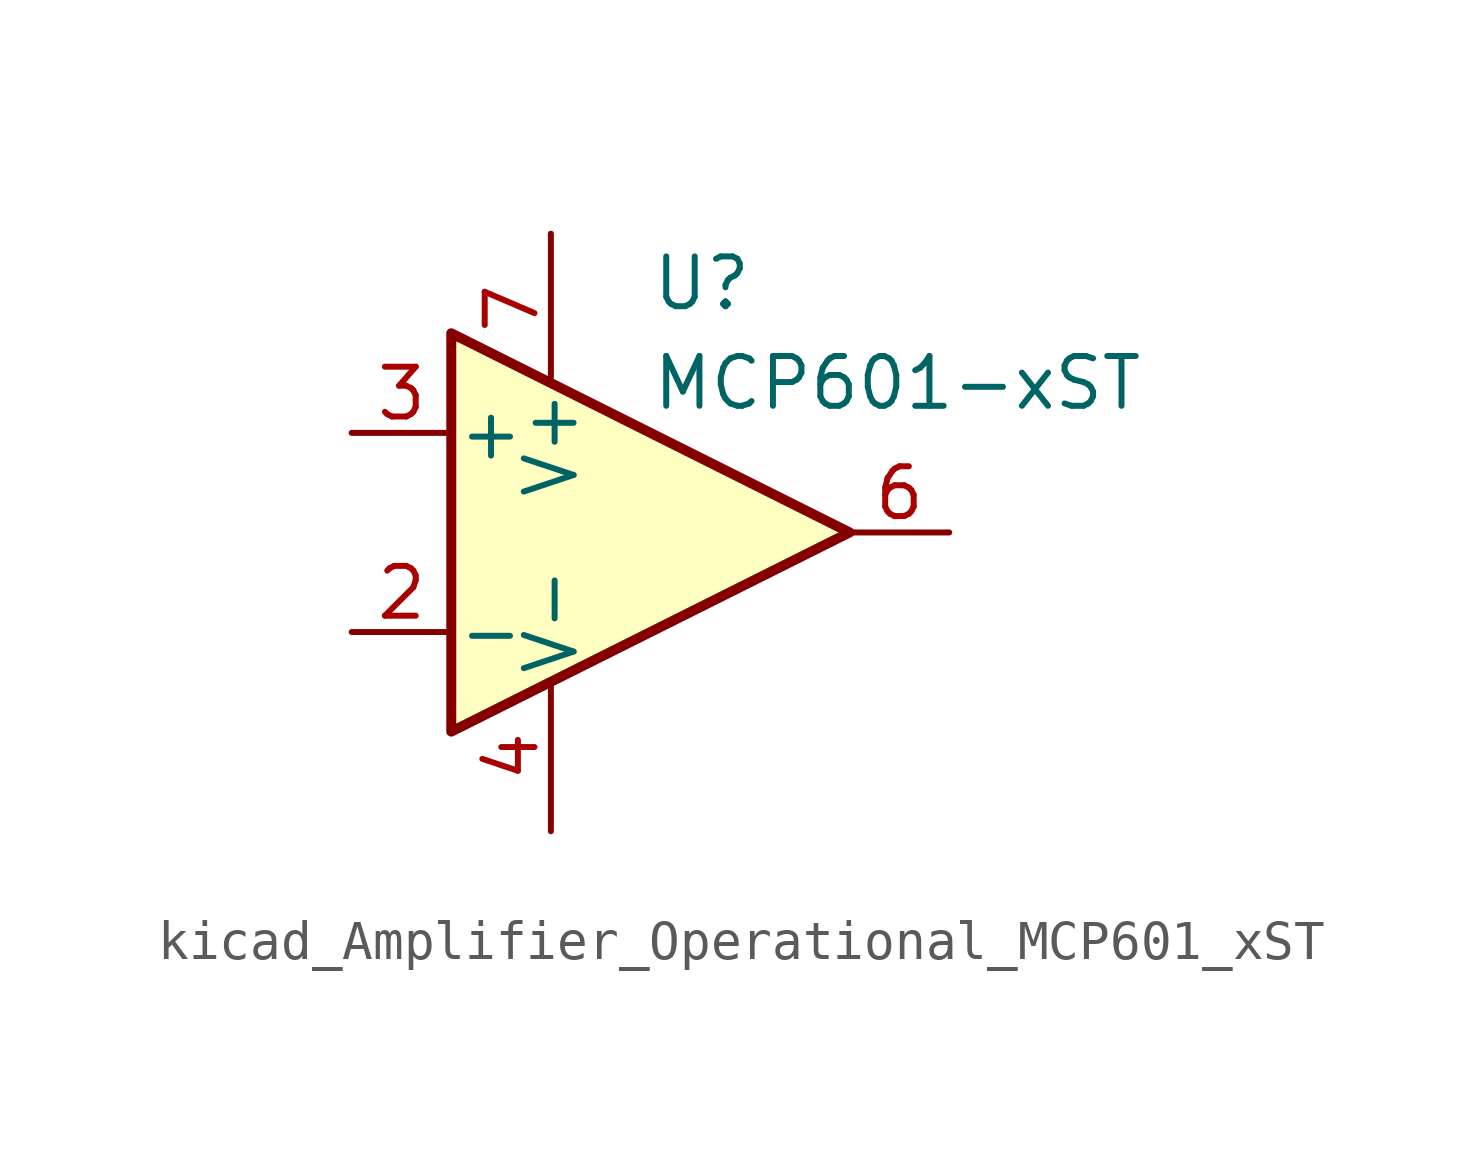
<source format=kicad_sym>
(kicad_symbol_lib
  (version 20220914)
  (generator kicad_symbol_editor)
  (symbol "kicad_Amplifier_Operational_MCP601_xST"
    (pin_names
      (offset 0.127))
    (property "Reference" "U"
      (at 0 6.35 0)
      (effects (font (size 1.27 1.27)) (justify left)))
    (property "Value" "MCP601-xST"
      (at 0 3.81 0)
      (effects (font (size 1.27 1.27)) (justify left)))
    (symbol "kicad_Amplifier_Operational_MCP601_xST_0_1"
      (polyline (pts (xy -5.08 5.08) (xy 5.08 0) (xy -5.08 -5.08) (xy -5.08 5.08)) (stroke (width 0.254) (type default)) (fill (type background))))
    (symbol "kicad_Amplifier_Operational_MCP601_xST_1_1"
      (pin no_connect line (at -2.54 2.54 270) (length 2.54) hide (name "NC" (effects (font (size 1.27 1.27)))) (number "1" (effects (font (size 1.27 1.27)))))
      (pin input line (at -7.62 -2.54 0) (length 2.54) (name "-" (effects (font (size 1.27 1.27)))) (number "2" (effects (font (size 1.27 1.27)))))
      (pin input line (at -7.62 2.54 0) (length 2.54) (name "+" (effects (font (size 1.27 1.27)))) (number "3" (effects (font (size 1.27 1.27)))))
      (pin power_in line (at -2.54 -7.62 90) (length 3.81) (name "V-" (effects (font (size 1.27 1.27)))) (number "4" (effects (font (size 1.27 1.27)))))
      (pin no_connect line (at 0 2.54 270) (length 2.54) hide (name "NC" (effects (font (size 1.27 1.27)))) (number "5" (effects (font (size 1.27 1.27)))))
      (pin output line (at 7.62 0 180) (length 2.54) (name "~" (effects (font (size 1.27 1.27)))) (number "6" (effects (font (size 1.27 1.27)))))
      (pin power_in line (at -2.54 7.62 270) (length 3.81) (name "V+" (effects (font (size 1.27 1.27)))) (number "7" (effects (font (size 1.27 1.27)))))
      (pin no_connect line (at 0 -2.54 90) (length 2.54) hide (name "NC" (effects (font (size 1.27 1.27)))) (number "8" (effects (font (size 1.27 1.27))))))))
</source>
